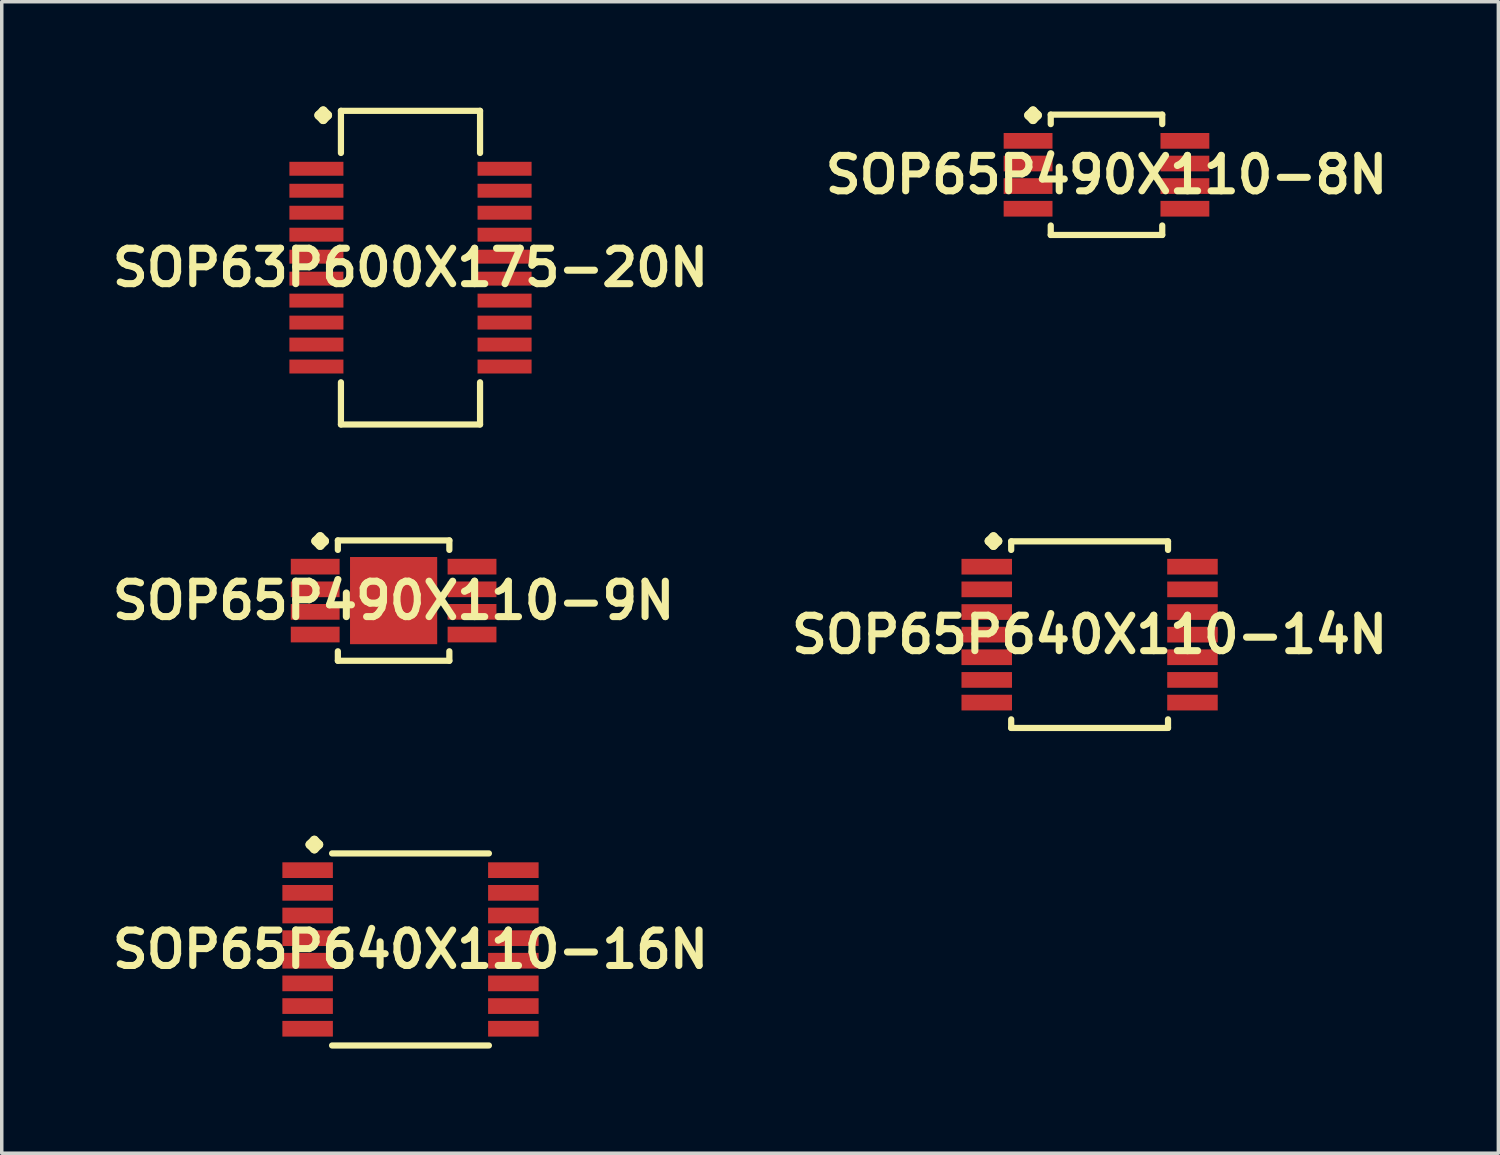
<source format=kicad_pcb>
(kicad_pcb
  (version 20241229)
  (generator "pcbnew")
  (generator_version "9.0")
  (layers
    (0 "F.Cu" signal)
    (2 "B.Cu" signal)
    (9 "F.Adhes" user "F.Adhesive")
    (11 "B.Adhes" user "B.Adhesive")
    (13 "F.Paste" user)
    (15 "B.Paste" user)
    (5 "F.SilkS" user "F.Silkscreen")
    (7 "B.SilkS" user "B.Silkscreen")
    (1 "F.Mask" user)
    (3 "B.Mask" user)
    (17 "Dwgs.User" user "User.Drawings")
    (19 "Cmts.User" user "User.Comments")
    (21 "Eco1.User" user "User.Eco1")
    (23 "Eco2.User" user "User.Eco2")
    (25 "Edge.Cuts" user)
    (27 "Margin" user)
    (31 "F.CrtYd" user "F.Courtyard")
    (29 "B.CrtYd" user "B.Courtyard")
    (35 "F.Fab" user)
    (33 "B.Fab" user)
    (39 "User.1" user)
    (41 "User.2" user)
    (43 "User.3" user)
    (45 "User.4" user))
  (footprint "SOP65P490X110-9N"
    (layer "F.Cu")
    (at 8.234 14.168)
    (property "Reference" "SOP65P490X110-9N" (at 0 0 0) (layer "F.SilkS") (effects (font (size 1.016 1.016) (thickness 0.203))))
    (attr smd)
    (fp_line (start -2.233 -1.707) (end -2.106 -1.834) (stroke (width 0.254) (type solid)) (layer "F.SilkS"))
    (fp_line (start -2.106 -1.834) (end -1.979 -1.707) (stroke (width 0.254) (type solid)) (layer "F.SilkS"))
    (fp_line (start -2.106 -1.58) (end -2.233 -1.707) (stroke (width 0.254) (type solid)) (layer "F.SilkS"))
    (fp_line (start -1.979 -1.707) (end -2.106 -1.58) (stroke (width 0.254) (type solid)) (layer "F.SilkS"))
    (fp_line (start -1.598 -1.725) (end 1.598 -1.725) (stroke (width 0.178) (type solid)) (layer "F.SilkS"))
    (fp_line (start -1.598 -1.453) (end -1.598 -1.725) (stroke (width 0.178) (type solid)) (layer "F.SilkS"))
    (fp_line (start -1.598 1.453) (end -1.598 1.725) (stroke (width 0.178) (type solid)) (layer "F.SilkS"))
    (fp_line (start -1.598 1.725) (end 1.598 1.725) (stroke (width 0.178) (type solid)) (layer "F.SilkS"))
    (fp_line (start 1.598 -1.725) (end 1.598 -1.453) (stroke (width 0.178) (type solid)) (layer "F.SilkS"))
    (fp_line (start 1.598 1.725) (end 1.598 1.453) (stroke (width 0.178) (type solid)) (layer "F.SilkS"))
    (pad "1" smd rect (at -2.248 -0.973) (size 1.4 0.45) (layers "F.Cu" "F.Mask" "F.Paste"))
    (pad "2" smd rect (at -2.248 -0.323) (size 1.4 0.45) (layers "F.Cu" "F.Mask" "F.Paste"))
    (pad "3" smd rect (at -2.248 0.323) (size 1.4 0.45) (layers "F.Cu" "F.Mask" "F.Paste"))
    (pad "4" smd rect (at -2.248 0.973) (size 1.4 0.45) (layers "F.Cu" "F.Mask" "F.Paste"))
    (pad "5" smd rect (at 2.248 0.973) (size 1.4 0.45) (layers "F.Cu" "F.Mask" "F.Paste"))
    (pad "6" smd rect (at 2.248 0.323) (size 1.4 0.45) (layers "F.Cu" "F.Mask" "F.Paste"))
    (pad "7" smd rect (at 2.248 -0.323) (size 1.4 0.45) (layers "F.Cu" "F.Mask" "F.Paste"))
    (pad "8" smd rect (at 2.248 -0.973) (size 1.4 0.45) (layers "F.Cu" "F.Mask" "F.Paste"))
    (pad "9" smd rect (at 0 0) (size 2.499 2.499) (layers "F.Cu" "F.Mask" "F.Paste")))
  (footprint "SOP65P490X110-8N"
    (layer "F.Cu")
    (at 28.671 1.961)
    (property "Reference" "SOP65P490X110-8N" (at 0 0 0) (layer "F.SilkS") (effects (font (size 1.016 1.016) (thickness 0.203))))
    (attr smd)
    (fp_line (start -2.233 -1.707) (end -2.106 -1.834) (stroke (width 0.254) (type solid)) (layer "F.SilkS"))
    (fp_line (start -2.106 -1.834) (end -1.979 -1.707) (stroke (width 0.254) (type solid)) (layer "F.SilkS"))
    (fp_line (start -2.106 -1.58) (end -2.233 -1.707) (stroke (width 0.254) (type solid)) (layer "F.SilkS"))
    (fp_line (start -1.979 -1.707) (end -2.106 -1.58) (stroke (width 0.254) (type solid)) (layer "F.SilkS"))
    (fp_line (start -1.598 -1.725) (end 1.598 -1.725) (stroke (width 0.178) (type solid)) (layer "F.SilkS"))
    (fp_line (start -1.598 -1.453) (end -1.598 -1.725) (stroke (width 0.178) (type solid)) (layer "F.SilkS"))
    (fp_line (start -1.598 1.453) (end -1.598 1.725) (stroke (width 0.178) (type solid)) (layer "F.SilkS"))
    (fp_line (start -1.598 1.725) (end 1.598 1.725) (stroke (width 0.178) (type solid)) (layer "F.SilkS"))
    (fp_line (start 1.598 -1.725) (end 1.598 -1.453) (stroke (width 0.178) (type solid)) (layer "F.SilkS"))
    (fp_line (start 1.598 1.725) (end 1.598 1.453) (stroke (width 0.178) (type solid)) (layer "F.SilkS"))
    (pad "1" smd rect (at -2.248 -0.973) (size 1.4 0.45) (layers "F.Cu" "F.Mask" "F.Paste"))
    (pad "2" smd rect (at -2.248 -0.323) (size 1.4 0.45) (layers "F.Cu" "F.Mask" "F.Paste"))
    (pad "3" smd rect (at -2.248 0.323) (size 1.4 0.45) (layers "F.Cu" "F.Mask" "F.Paste"))
    (pad "4" smd rect (at -2.248 0.973) (size 1.4 0.45) (layers "F.Cu" "F.Mask" "F.Paste"))
    (pad "5" smd rect (at 2.248 0.973) (size 1.4 0.45) (layers "F.Cu" "F.Mask" "F.Paste"))
    (pad "6" smd rect (at 2.248 0.323) (size 1.4 0.45) (layers "F.Cu" "F.Mask" "F.Paste"))
    (pad "7" smd rect (at 2.248 -0.323) (size 1.4 0.45) (layers "F.Cu" "F.Mask" "F.Paste"))
    (pad "8" smd rect (at 2.248 -0.973) (size 1.4 0.45) (layers "F.Cu" "F.Mask" "F.Paste")))
  (footprint "SOP65P640X110-14N"
    (layer "F.Cu")
    (at 28.187 15.144)
    (property "Reference" "SOP65P640X110-14N" (at 0 0 0) (layer "F.SilkS") (effects (font (size 1.016 1.016) (thickness 0.203))))
    (attr smd)
    (fp_line (start -2.883 -2.682) (end -2.756 -2.809) (stroke (width 0.254) (type solid)) (layer "F.SilkS"))
    (fp_line (start -2.756 -2.809) (end -2.629 -2.682) (stroke (width 0.254) (type solid)) (layer "F.SilkS"))
    (fp_line (start -2.756 -2.555) (end -2.883 -2.682) (stroke (width 0.254) (type solid)) (layer "F.SilkS"))
    (fp_line (start -2.629 -2.682) (end -2.756 -2.555) (stroke (width 0.254) (type solid)) (layer "F.SilkS"))
    (fp_line (start -2.248 -2.675) (end 2.248 -2.675) (stroke (width 0.178) (type solid)) (layer "F.SilkS"))
    (fp_line (start -2.248 -2.428) (end -2.248 -2.675) (stroke (width 0.178) (type solid)) (layer "F.SilkS"))
    (fp_line (start -2.248 2.428) (end -2.248 2.675) (stroke (width 0.178) (type solid)) (layer "F.SilkS"))
    (fp_line (start -2.248 2.675) (end 2.248 2.675) (stroke (width 0.178) (type solid)) (layer "F.SilkS"))
    (fp_line (start 2.248 -2.675) (end 2.248 -2.428) (stroke (width 0.178) (type solid)) (layer "F.SilkS"))
    (fp_line (start 2.248 2.675) (end 2.248 2.428) (stroke (width 0.178) (type solid)) (layer "F.SilkS"))
    (pad "1" smd rect (at -2.949 -1.948) (size 1.448 0.45) (layers "F.Cu" "F.Mask" "F.Paste"))
    (pad "2" smd rect (at -2.949 -1.298) (size 1.448 0.45) (layers "F.Cu" "F.Mask" "F.Paste"))
    (pad "3" smd rect (at -2.949 -0.648) (size 1.448 0.45) (layers "F.Cu" "F.Mask" "F.Paste"))
    (pad "4" smd rect (at -2.949 0) (size 1.448 0.45) (layers "F.Cu" "F.Mask" "F.Paste"))
    (pad "5" smd rect (at -2.949 0.648) (size 1.448 0.45) (layers "F.Cu" "F.Mask" "F.Paste"))
    (pad "6" smd rect (at -2.949 1.298) (size 1.448 0.45) (layers "F.Cu" "F.Mask" "F.Paste"))
    (pad "7" smd rect (at -2.949 1.948) (size 1.448 0.45) (layers "F.Cu" "F.Mask" "F.Paste"))
    (pad "8" smd rect (at 2.949 1.948) (size 1.448 0.45) (layers "F.Cu" "F.Mask" "F.Paste"))
    (pad "9" smd rect (at 2.949 1.298) (size 1.448 0.45) (layers "F.Cu" "F.Mask" "F.Paste"))
    (pad "10" smd rect (at 2.949 0.648) (size 1.448 0.45) (layers "F.Cu" "F.Mask" "F.Paste"))
    (pad "11" smd rect (at 2.949 0) (size 1.448 0.45) (layers "F.Cu" "F.Mask" "F.Paste"))
    (pad "12" smd rect (at 2.949 -0.648) (size 1.448 0.45) (layers "F.Cu" "F.Mask" "F.Paste"))
    (pad "13" smd rect (at 2.949 -1.298) (size 1.448 0.45) (layers "F.Cu" "F.Mask" "F.Paste"))
    (pad "14" smd rect (at 2.949 -1.948) (size 1.448 0.45) (layers "F.Cu" "F.Mask" "F.Paste")))
  (footprint "SOP65P640X110-16N"
    (layer "F.Cu")
    (at 8.718 24.169)
    (property "Reference" "SOP65P640X110-16N" (at 0 0 0) (layer "F.SilkS") (effects (font (size 1.016 1.016) (thickness 0.203))))
    (attr smd)
    (fp_line (start -2.883 -3.007) (end -2.756 -3.134) (stroke (width 0.254) (type solid)) (layer "F.SilkS"))
    (fp_line (start -2.756 -3.134) (end -2.629 -3.007) (stroke (width 0.254) (type solid)) (layer "F.SilkS"))
    (fp_line (start -2.756 -2.88) (end -2.883 -3.007) (stroke (width 0.254) (type solid)) (layer "F.SilkS"))
    (fp_line (start -2.629 -3.007) (end -2.756 -2.88) (stroke (width 0.254) (type solid)) (layer "F.SilkS"))
    (fp_line (start -2.248 -2.753) (end 2.248 -2.753) (stroke (width 0.178) (type solid)) (layer "F.SilkS"))
    (fp_line (start -2.248 2.753) (end 2.248 2.753) (stroke (width 0.178) (type solid)) (layer "F.SilkS"))
    (pad "1" smd rect (at -2.949 -2.273) (size 1.448 0.45) (layers "F.Cu" "F.Mask" "F.Paste"))
    (pad "2" smd rect (at -2.949 -1.623) (size 1.448 0.45) (layers "F.Cu" "F.Mask" "F.Paste"))
    (pad "3" smd rect (at -2.949 -0.973) (size 1.448 0.45) (layers "F.Cu" "F.Mask" "F.Paste"))
    (pad "4" smd rect (at -2.949 -0.323) (size 1.448 0.45) (layers "F.Cu" "F.Mask" "F.Paste"))
    (pad "5" smd rect (at -2.949 0.323) (size 1.448 0.45) (layers "F.Cu" "F.Mask" "F.Paste"))
    (pad "6" smd rect (at -2.949 0.973) (size 1.448 0.45) (layers "F.Cu" "F.Mask" "F.Paste"))
    (pad "7" smd rect (at -2.949 1.623) (size 1.448 0.45) (layers "F.Cu" "F.Mask" "F.Paste"))
    (pad "8" smd rect (at -2.949 2.273) (size 1.448 0.45) (layers "F.Cu" "F.Mask" "F.Paste"))
    (pad "9" smd rect (at 2.949 2.273) (size 1.448 0.45) (layers "F.Cu" "F.Mask" "F.Paste"))
    (pad "10" smd rect (at 2.949 1.623) (size 1.448 0.45) (layers "F.Cu" "F.Mask" "F.Paste"))
    (pad "11" smd rect (at 2.949 0.973) (size 1.448 0.45) (layers "F.Cu" "F.Mask" "F.Paste"))
    (pad "12" smd rect (at 2.949 0.323) (size 1.448 0.45) (layers "F.Cu" "F.Mask" "F.Paste"))
    (pad "13" smd rect (at 2.949 -0.323) (size 1.448 0.45) (layers "F.Cu" "F.Mask" "F.Paste"))
    (pad "14" smd rect (at 2.949 -0.973) (size 1.448 0.45) (layers "F.Cu" "F.Mask" "F.Paste"))
    (pad "15" smd rect (at 2.949 -1.623) (size 1.448 0.45) (layers "F.Cu" "F.Mask" "F.Paste"))
    (pad "16" smd rect (at 2.949 -2.273) (size 1.448 0.45) (layers "F.Cu" "F.Mask" "F.Paste")))
  (footprint "SOP63P600X175-20N"
    (layer "F.Cu")
    (at 8.718 4.623)
    (property "Reference" "SOP63P600X175-20N" (at 0 0 0) (layer "F.SilkS") (effects (font (size 1.016 1.016) (thickness 0.203))))
    (attr smd)
    (fp_line (start -2.629 -4.369) (end -2.502 -4.496) (stroke (width 0.254) (type solid)) (layer "F.SilkS"))
    (fp_line (start -2.502 -4.496) (end -2.375 -4.369) (stroke (width 0.254) (type solid)) (layer "F.SilkS"))
    (fp_line (start -2.502 -4.242) (end -2.629 -4.369) (stroke (width 0.254) (type solid)) (layer "F.SilkS"))
    (fp_line (start -2.375 -4.369) (end -2.502 -4.242) (stroke (width 0.254) (type solid)) (layer "F.SilkS"))
    (fp_line (start -1.994 -4.496) (end 1.994 -4.496) (stroke (width 0.178) (type solid)) (layer "F.SilkS"))
    (fp_line (start -1.994 -3.287) (end -1.994 -4.496) (stroke (width 0.178) (type solid)) (layer "F.SilkS"))
    (fp_line (start -1.994 3.287) (end -1.994 4.496) (stroke (width 0.178) (type solid)) (layer "F.SilkS"))
    (fp_line (start -1.994 4.496) (end 1.994 4.496) (stroke (width 0.178) (type solid)) (layer "F.SilkS"))
    (fp_line (start 1.994 -4.496) (end 1.994 -3.287) (stroke (width 0.178) (type solid)) (layer "F.SilkS"))
    (fp_line (start 1.994 4.496) (end 1.994 3.287) (stroke (width 0.178) (type solid)) (layer "F.SilkS"))
    (pad "1" smd rect (at -2.697 -2.835) (size 1.549 0.399) (layers "F.Cu" "F.Mask" "F.Paste"))
    (pad "2" smd rect (at -2.697 -2.205) (size 1.549 0.399) (layers "F.Cu" "F.Mask" "F.Paste"))
    (pad "3" smd rect (at -2.697 -1.575) (size 1.549 0.399) (layers "F.Cu" "F.Mask" "F.Paste"))
    (pad "4" smd rect (at -2.697 -0.945) (size 1.549 0.399) (layers "F.Cu" "F.Mask" "F.Paste"))
    (pad "5" smd rect (at -2.697 -0.315) (size 1.549 0.399) (layers "F.Cu" "F.Mask" "F.Paste"))
    (pad "6" smd rect (at -2.697 0.315) (size 1.549 0.399) (layers "F.Cu" "F.Mask" "F.Paste"))
    (pad "7" smd rect (at -2.697 0.945) (size 1.549 0.399) (layers "F.Cu" "F.Mask" "F.Paste"))
    (pad "8" smd rect (at -2.697 1.575) (size 1.549 0.399) (layers "F.Cu" "F.Mask" "F.Paste"))
    (pad "9" smd rect (at -2.697 2.205) (size 1.549 0.399) (layers "F.Cu" "F.Mask" "F.Paste"))
    (pad "10" smd rect (at -2.697 2.835) (size 1.549 0.399) (layers "F.Cu" "F.Mask" "F.Paste"))
    (pad "11" smd rect (at 2.697 2.835) (size 1.549 0.399) (layers "F.Cu" "F.Mask" "F.Paste"))
    (pad "12" smd rect (at 2.697 2.205) (size 1.549 0.399) (layers "F.Cu" "F.Mask" "F.Paste"))
    (pad "13" smd rect (at 2.697 1.575) (size 1.549 0.399) (layers "F.Cu" "F.Mask" "F.Paste"))
    (pad "14" smd rect (at 2.697 0.945) (size 1.549 0.399) (layers "F.Cu" "F.Mask" "F.Paste"))
    (pad "15" smd rect (at 2.697 0.315) (size 1.549 0.399) (layers "F.Cu" "F.Mask" "F.Paste"))
    (pad "16" smd rect (at 2.697 -0.315) (size 1.549 0.399) (layers "F.Cu" "F.Mask" "F.Paste"))
    (pad "17" smd rect (at 2.697 -0.945) (size 1.549 0.399) (layers "F.Cu" "F.Mask" "F.Paste"))
    (pad "18" smd rect (at 2.697 -1.575) (size 1.549 0.399) (layers "F.Cu" "F.Mask" "F.Paste"))
    (pad "19" smd rect (at 2.697 -2.205) (size 1.549 0.399) (layers "F.Cu" "F.Mask" "F.Paste"))
    (pad "20" smd rect (at 2.697 -2.835) (size 1.549 0.399) (layers "F.Cu" "F.Mask" "F.Paste")))
  (gr_rect
    (start -3 -3)
    (end 39.905 30.011)
    (stroke (width 0.1) (type default))
    (fill no)
    (layer "Edge.Cuts")))
</source>
